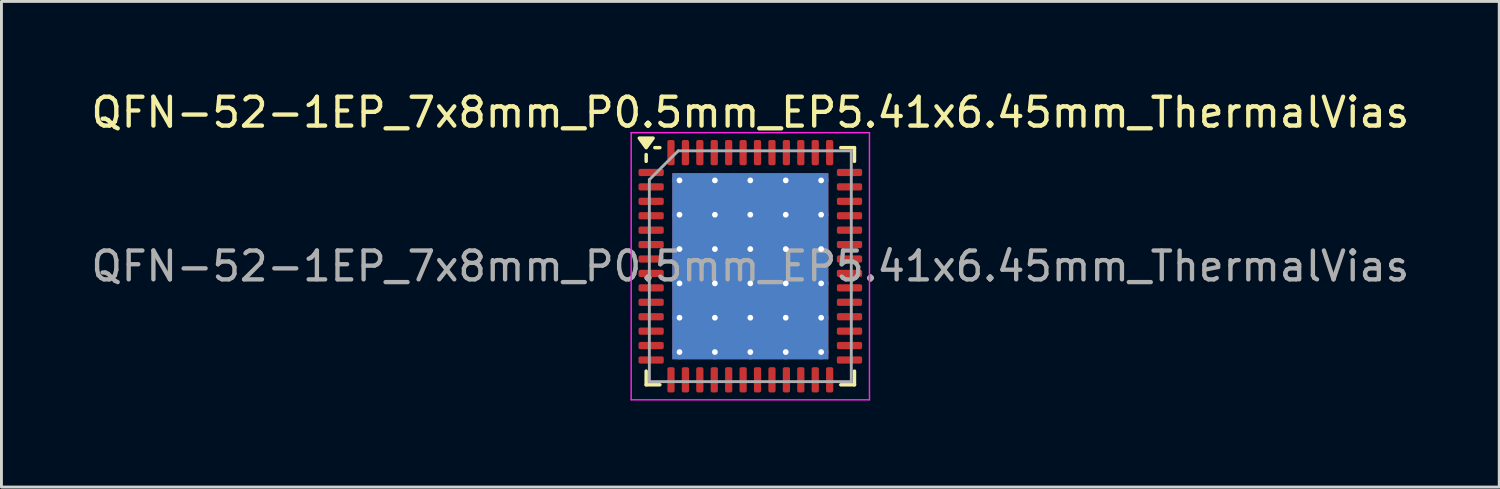
<source format=kicad_pcb>
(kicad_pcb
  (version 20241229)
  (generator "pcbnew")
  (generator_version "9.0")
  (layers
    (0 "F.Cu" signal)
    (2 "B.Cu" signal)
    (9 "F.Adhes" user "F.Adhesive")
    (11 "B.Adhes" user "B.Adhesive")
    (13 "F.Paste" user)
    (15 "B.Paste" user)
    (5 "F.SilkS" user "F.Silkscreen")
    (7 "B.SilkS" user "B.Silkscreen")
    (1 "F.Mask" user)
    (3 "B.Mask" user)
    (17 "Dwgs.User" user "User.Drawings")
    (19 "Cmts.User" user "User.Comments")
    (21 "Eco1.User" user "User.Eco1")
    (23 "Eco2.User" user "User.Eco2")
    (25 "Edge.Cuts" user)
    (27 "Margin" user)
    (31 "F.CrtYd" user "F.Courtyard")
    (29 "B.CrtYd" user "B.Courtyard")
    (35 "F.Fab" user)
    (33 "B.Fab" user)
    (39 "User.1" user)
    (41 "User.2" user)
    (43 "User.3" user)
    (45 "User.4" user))
  (footprint "QFN-52-1EP_7x8mm_P0.5mm_EP5.41x6.45mm_ThermalVias"
    (layer "F.Cu")
    (at 22.958 6.178)
    (property "Reference" "QFN-52-1EP_7x8mm_P0.5mm_EP5.41x6.45mm_ThermalVias" (at 0 -5.33 0) (layer "F.SilkS") (effects (font (size 1 1) (thickness 0.15))))
    (attr smd)
    (fp_line (start -3.61 -3.635) (end -3.61 -3.87) (stroke (width 0.12) (type solid)) (layer "F.SilkS"))
    (fp_line (start -3.61 4.11) (end -3.61 3.635) (stroke (width 0.12) (type solid)) (layer "F.SilkS"))
    (fp_line (start -3.135 -4.11) (end -3.31 -4.11) (stroke (width 0.12) (type solid)) (layer "F.SilkS"))
    (fp_line (start -3.135 4.11) (end -3.61 4.11) (stroke (width 0.12) (type solid)) (layer "F.SilkS"))
    (fp_line (start 3.135 -4.11) (end 3.61 -4.11) (stroke (width 0.12) (type solid)) (layer "F.SilkS"))
    (fp_line (start 3.135 4.11) (end 3.61 4.11) (stroke (width 0.12) (type solid)) (layer "F.SilkS"))
    (fp_line (start 3.61 -4.11) (end 3.61 -3.635) (stroke (width 0.12) (type solid)) (layer "F.SilkS"))
    (fp_line (start 3.61 4.11) (end 3.61 3.635) (stroke (width 0.12) (type solid)) (layer "F.SilkS"))
    (fp_poly (pts (xy -3.61 -4.11) (xy -3.85 -4.44) (xy -3.37 -4.44) (xy -3.61 -4.11)) (stroke (width 0.12) (type solid)) (fill yes) (layer "F.SilkS"))
    (fp_line (start -4.13 -4.63) (end -4.13 4.63) (stroke (width 0.05) (type solid)) (layer "F.CrtYd"))
    (fp_line (start -4.13 4.63) (end 4.13 4.63) (stroke (width 0.05) (type solid)) (layer "F.CrtYd"))
    (fp_line (start 4.13 -4.63) (end -4.13 -4.63) (stroke (width 0.05) (type solid)) (layer "F.CrtYd"))
    (fp_line (start 4.13 4.63) (end 4.13 -4.63) (stroke (width 0.05) (type solid)) (layer "F.CrtYd"))
    (fp_line (start -3.5 -3) (end -2.5 -4) (stroke (width 0.1) (type solid)) (layer "F.Fab"))
    (fp_line (start -3.5 4) (end -3.5 -3) (stroke (width 0.1) (type solid)) (layer "F.Fab"))
    (fp_line (start -2.5 -4) (end 3.5 -4) (stroke (width 0.1) (type solid)) (layer "F.Fab"))
    (fp_line (start 3.5 -4) (end 3.5 4) (stroke (width 0.1) (type solid)) (layer "F.Fab"))
    (fp_line (start 3.5 4) (end -3.5 4) (stroke (width 0.1) (type solid)) (layer "F.Fab"))
    (fp_text user "${REFERENCE}" (at 0 0 0) (layer "F.Fab") (effects (font (size 1 1) (thickness 0.15))))
    (pad "" smd roundrect (at -1.841 -2.38) (size 1.048 0.999) (layers "F.Paste") (roundrect_rratio 0.25))
    (pad "" smd roundrect (at -1.841 -1.19) (size 1.048 0.999) (layers "F.Paste") (roundrect_rratio 0.25))
    (pad "" smd roundrect (at -1.841 0) (size 1.048 0.999) (layers "F.Paste") (roundrect_rratio 0.25))
    (pad "" smd roundrect (at -1.841 1.19) (size 1.048 0.999) (layers "F.Paste") (roundrect_rratio 0.25))
    (pad "" smd roundrect (at -1.841 2.38) (size 1.048 0.999) (layers "F.Paste") (roundrect_rratio 0.25))
    (pad "" smd roundrect (at -0.614 -2.38) (size 1.048 0.999) (layers "F.Paste") (roundrect_rratio 0.25))
    (pad "" smd roundrect (at -0.614 -1.19) (size 1.048 0.999) (layers "F.Paste") (roundrect_rratio 0.25))
    (pad "" smd roundrect (at -0.614 0) (size 1.048 0.999) (layers "F.Paste") (roundrect_rratio 0.25))
    (pad "" smd roundrect (at -0.614 1.19) (size 1.048 0.999) (layers "F.Paste") (roundrect_rratio 0.25))
    (pad "" smd roundrect (at -0.614 2.38) (size 1.048 0.999) (layers "F.Paste") (roundrect_rratio 0.25))
    (pad "" smd roundrect (at 0.614 -2.38) (size 1.048 0.999) (layers "F.Paste") (roundrect_rratio 0.25))
    (pad "" smd roundrect (at 0.614 -1.19) (size 1.048 0.999) (layers "F.Paste") (roundrect_rratio 0.25))
    (pad "" smd roundrect (at 0.614 0) (size 1.048 0.999) (layers "F.Paste") (roundrect_rratio 0.25))
    (pad "" smd roundrect (at 0.614 1.19) (size 1.048 0.999) (layers "F.Paste") (roundrect_rratio 0.25))
    (pad "" smd roundrect (at 0.614 2.38) (size 1.048 0.999) (layers "F.Paste") (roundrect_rratio 0.25))
    (pad "" smd roundrect (at 1.841 -2.38) (size 1.048 0.999) (layers "F.Paste") (roundrect_rratio 0.25))
    (pad "" smd roundrect (at 1.841 -1.19) (size 1.048 0.999) (layers "F.Paste") (roundrect_rratio 0.25))
    (pad "" smd roundrect (at 1.841 0) (size 1.048 0.999) (layers "F.Paste") (roundrect_rratio 0.25))
    (pad "" smd roundrect (at 1.841 1.19) (size 1.048 0.999) (layers "F.Paste") (roundrect_rratio 0.25))
    (pad "" smd roundrect (at 1.841 2.38) (size 1.048 0.999) (layers "F.Paste") (roundrect_rratio 0.25))
    (pad "1" smd roundrect (at -3.438 -3.25) (size 0.875 0.25) (layers "F.Cu" "F.Mask" "F.Paste") (roundrect_rratio 0.25))
    (pad "2" smd roundrect (at -3.438 -2.75) (size 0.875 0.25) (layers "F.Cu" "F.Mask" "F.Paste") (roundrect_rratio 0.25))
    (pad "3" smd roundrect (at -3.438 -2.25) (size 0.875 0.25) (layers "F.Cu" "F.Mask" "F.Paste") (roundrect_rratio 0.25))
    (pad "4" smd roundrect (at -3.438 -1.75) (size 0.875 0.25) (layers "F.Cu" "F.Mask" "F.Paste") (roundrect_rratio 0.25))
    (pad "5" smd roundrect (at -3.438 -1.25) (size 0.875 0.25) (layers "F.Cu" "F.Mask" "F.Paste") (roundrect_rratio 0.25))
    (pad "6" smd roundrect (at -3.438 -0.75) (size 0.875 0.25) (layers "F.Cu" "F.Mask" "F.Paste") (roundrect_rratio 0.25))
    (pad "7" smd roundrect (at -3.438 -0.25) (size 0.875 0.25) (layers "F.Cu" "F.Mask" "F.Paste") (roundrect_rratio 0.25))
    (pad "8" smd roundrect (at -3.438 0.25) (size 0.875 0.25) (layers "F.Cu" "F.Mask" "F.Paste") (roundrect_rratio 0.25))
    (pad "9" smd roundrect (at -3.438 0.75) (size 0.875 0.25) (layers "F.Cu" "F.Mask" "F.Paste") (roundrect_rratio 0.25))
    (pad "10" smd roundrect (at -3.438 1.25) (size 0.875 0.25) (layers "F.Cu" "F.Mask" "F.Paste") (roundrect_rratio 0.25))
    (pad "11" smd roundrect (at -3.438 1.75) (size 0.875 0.25) (layers "F.Cu" "F.Mask" "F.Paste") (roundrect_rratio 0.25))
    (pad "12" smd roundrect (at -3.438 2.25) (size 0.875 0.25) (layers "F.Cu" "F.Mask" "F.Paste") (roundrect_rratio 0.25))
    (pad "13" smd roundrect (at -3.438 2.75) (size 0.875 0.25) (layers "F.Cu" "F.Mask" "F.Paste") (roundrect_rratio 0.25))
    (pad "14" smd roundrect (at -3.438 3.25) (size 0.875 0.25) (layers "F.Cu" "F.Mask" "F.Paste") (roundrect_rratio 0.25))
    (pad "15" smd roundrect (at -2.75 3.938) (size 0.25 0.875) (layers "F.Cu" "F.Mask" "F.Paste") (roundrect_rratio 0.25))
    (pad "16" smd roundrect (at -2.25 3.938) (size 0.25 0.875) (layers "F.Cu" "F.Mask" "F.Paste") (roundrect_rratio 0.25))
    (pad "17" smd roundrect (at -1.75 3.938) (size 0.25 0.875) (layers "F.Cu" "F.Mask" "F.Paste") (roundrect_rratio 0.25))
    (pad "18" smd roundrect (at -1.25 3.938) (size 0.25 0.875) (layers "F.Cu" "F.Mask" "F.Paste") (roundrect_rratio 0.25))
    (pad "19" smd roundrect (at -0.75 3.938) (size 0.25 0.875) (layers "F.Cu" "F.Mask" "F.Paste") (roundrect_rratio 0.25))
    (pad "20" smd roundrect (at -0.25 3.938) (size 0.25 0.875) (layers "F.Cu" "F.Mask" "F.Paste") (roundrect_rratio 0.25))
    (pad "21" smd roundrect (at 0.25 3.938) (size 0.25 0.875) (layers "F.Cu" "F.Mask" "F.Paste") (roundrect_rratio 0.25))
    (pad "22" smd roundrect (at 0.75 3.938) (size 0.25 0.875) (layers "F.Cu" "F.Mask" "F.Paste") (roundrect_rratio 0.25))
    (pad "23" smd roundrect (at 1.25 3.938) (size 0.25 0.875) (layers "F.Cu" "F.Mask" "F.Paste") (roundrect_rratio 0.25))
    (pad "24" smd roundrect (at 1.75 3.938) (size 0.25 0.875) (layers "F.Cu" "F.Mask" "F.Paste") (roundrect_rratio 0.25))
    (pad "25" smd roundrect (at 2.25 3.938) (size 0.25 0.875) (layers "F.Cu" "F.Mask" "F.Paste") (roundrect_rratio 0.25))
    (pad "26" smd roundrect (at 2.75 3.938) (size 0.25 0.875) (layers "F.Cu" "F.Mask" "F.Paste") (roundrect_rratio 0.25))
    (pad "27" smd roundrect (at 3.438 3.25) (size 0.875 0.25) (layers "F.Cu" "F.Mask" "F.Paste") (roundrect_rratio 0.25))
    (pad "28" smd roundrect (at 3.438 2.75) (size 0.875 0.25) (layers "F.Cu" "F.Mask" "F.Paste") (roundrect_rratio 0.25))
    (pad "29" smd roundrect (at 3.438 2.25) (size 0.875 0.25) (layers "F.Cu" "F.Mask" "F.Paste") (roundrect_rratio 0.25))
    (pad "30" smd roundrect (at 3.438 1.75) (size 0.875 0.25) (layers "F.Cu" "F.Mask" "F.Paste") (roundrect_rratio 0.25))
    (pad "31" smd roundrect (at 3.438 1.25) (size 0.875 0.25) (layers "F.Cu" "F.Mask" "F.Paste") (roundrect_rratio 0.25))
    (pad "32" smd roundrect (at 3.438 0.75) (size 0.875 0.25) (layers "F.Cu" "F.Mask" "F.Paste") (roundrect_rratio 0.25))
    (pad "33" smd roundrect (at 3.438 0.25) (size 0.875 0.25) (layers "F.Cu" "F.Mask" "F.Paste") (roundrect_rratio 0.25))
    (pad "34" smd roundrect (at 3.438 -0.25) (size 0.875 0.25) (layers "F.Cu" "F.Mask" "F.Paste") (roundrect_rratio 0.25))
    (pad "35" smd roundrect (at 3.438 -0.75) (size 0.875 0.25) (layers "F.Cu" "F.Mask" "F.Paste") (roundrect_rratio 0.25))
    (pad "36" smd roundrect (at 3.438 -1.25) (size 0.875 0.25) (layers "F.Cu" "F.Mask" "F.Paste") (roundrect_rratio 0.25))
    (pad "37" smd roundrect (at 3.438 -1.75) (size 0.875 0.25) (layers "F.Cu" "F.Mask" "F.Paste") (roundrect_rratio 0.25))
    (pad "38" smd roundrect (at 3.438 -2.25) (size 0.875 0.25) (layers "F.Cu" "F.Mask" "F.Paste") (roundrect_rratio 0.25))
    (pad "39" smd roundrect (at 3.438 -2.75) (size 0.875 0.25) (layers "F.Cu" "F.Mask" "F.Paste") (roundrect_rratio 0.25))
    (pad "40" smd roundrect (at 3.438 -3.25) (size 0.875 0.25) (layers "F.Cu" "F.Mask" "F.Paste") (roundrect_rratio 0.25))
    (pad "41" smd roundrect (at 2.75 -3.938) (size 0.25 0.875) (layers "F.Cu" "F.Mask" "F.Paste") (roundrect_rratio 0.25))
    (pad "42" smd roundrect (at 2.25 -3.938) (size 0.25 0.875) (layers "F.Cu" "F.Mask" "F.Paste") (roundrect_rratio 0.25))
    (pad "43" smd roundrect (at 1.75 -3.938) (size 0.25 0.875) (layers "F.Cu" "F.Mask" "F.Paste") (roundrect_rratio 0.25))
    (pad "44" smd roundrect (at 1.25 -3.938) (size 0.25 0.875) (layers "F.Cu" "F.Mask" "F.Paste") (roundrect_rratio 0.25))
    (pad "45" smd roundrect (at 0.75 -3.938) (size 0.25 0.875) (layers "F.Cu" "F.Mask" "F.Paste") (roundrect_rratio 0.25))
    (pad "46" smd roundrect (at 0.25 -3.938) (size 0.25 0.875) (layers "F.Cu" "F.Mask" "F.Paste") (roundrect_rratio 0.25))
    (pad "47" smd roundrect (at -0.25 -3.938) (size 0.25 0.875) (layers "F.Cu" "F.Mask" "F.Paste") (roundrect_rratio 0.25))
    (pad "48" smd roundrect (at -0.75 -3.938) (size 0.25 0.875) (layers "F.Cu" "F.Mask" "F.Paste") (roundrect_rratio 0.25))
    (pad "49" smd roundrect (at -1.25 -3.938) (size 0.25 0.875) (layers "F.Cu" "F.Mask" "F.Paste") (roundrect_rratio 0.25))
    (pad "50" smd roundrect (at -1.75 -3.938) (size 0.25 0.875) (layers "F.Cu" "F.Mask" "F.Paste") (roundrect_rratio 0.25))
    (pad "51" smd roundrect (at -2.25 -3.938) (size 0.25 0.875) (layers "F.Cu" "F.Mask" "F.Paste") (roundrect_rratio 0.25))
    (pad "52" smd roundrect (at -2.75 -3.938) (size 0.25 0.875) (layers "F.Cu" "F.Mask" "F.Paste") (roundrect_rratio 0.25))
    (pad "53" thru_hole circle (at -2.455 -2.975) (size 0.5 0.5) (drill 0.2) (property pad_prop_heatsink) (layers "*.Cu"))
    (pad "53" thru_hole circle (at -2.455 -1.785) (size 0.5 0.5) (drill 0.2) (property pad_prop_heatsink) (layers "*.Cu"))
    (pad "53" thru_hole circle (at -2.455 -0.595) (size 0.5 0.5) (drill 0.2) (property pad_prop_heatsink) (layers "*.Cu"))
    (pad "53" thru_hole circle (at -2.455 0.595) (size 0.5 0.5) (drill 0.2) (property pad_prop_heatsink) (layers "*.Cu"))
    (pad "53" thru_hole circle (at -2.455 1.785) (size 0.5 0.5) (drill 0.2) (property pad_prop_heatsink) (layers "*.Cu"))
    (pad "53" thru_hole circle (at -2.455 2.975) (size 0.5 0.5) (drill 0.2) (property pad_prop_heatsink) (layers "*.Cu"))
    (pad "53" thru_hole circle (at -1.228 -2.975) (size 0.5 0.5) (drill 0.2) (property pad_prop_heatsink) (layers "*.Cu"))
    (pad "53" thru_hole circle (at -1.228 -1.785) (size 0.5 0.5) (drill 0.2) (property pad_prop_heatsink) (layers "*.Cu"))
    (pad "53" thru_hole circle (at -1.228 -0.595) (size 0.5 0.5) (drill 0.2) (property pad_prop_heatsink) (layers "*.Cu"))
    (pad "53" thru_hole circle (at -1.228 0.595) (size 0.5 0.5) (drill 0.2) (property pad_prop_heatsink) (layers "*.Cu"))
    (pad "53" thru_hole circle (at -1.228 1.785) (size 0.5 0.5) (drill 0.2) (property pad_prop_heatsink) (layers "*.Cu"))
    (pad "53" thru_hole circle (at -1.228 2.975) (size 0.5 0.5) (drill 0.2) (property pad_prop_heatsink) (layers "*.Cu"))
    (pad "53" thru_hole circle (at 0 -2.975) (size 0.5 0.5) (drill 0.2) (property pad_prop_heatsink) (layers "*.Cu"))
    (pad "53" thru_hole circle (at 0 -1.785) (size 0.5 0.5) (drill 0.2) (property pad_prop_heatsink) (layers "*.Cu"))
    (pad "53" thru_hole circle (at 0 -0.595) (size 0.5 0.5) (drill 0.2) (property pad_prop_heatsink) (layers "*.Cu"))
    (pad "53" smd rect (at 0 0) (size 5.41 6.45) (property pad_prop_heatsink) (layers "F.Cu" "F.Mask"))
    (pad "53" smd rect (at 0 0) (size 5.41 6.45) (property pad_prop_heatsink) (layers "B.Cu"))
    (pad "53" thru_hole circle (at 0 0.595) (size 0.5 0.5) (drill 0.2) (property pad_prop_heatsink) (layers "*.Cu"))
    (pad "53" thru_hole circle (at 0 1.785) (size 0.5 0.5) (drill 0.2) (property pad_prop_heatsink) (layers "*.Cu"))
    (pad "53" thru_hole circle (at 0 2.975) (size 0.5 0.5) (drill 0.2) (property pad_prop_heatsink) (layers "*.Cu"))
    (pad "53" thru_hole circle (at 1.228 -2.975) (size 0.5 0.5) (drill 0.2) (property pad_prop_heatsink) (layers "*.Cu"))
    (pad "53" thru_hole circle (at 1.228 -1.785) (size 0.5 0.5) (drill 0.2) (property pad_prop_heatsink) (layers "*.Cu"))
    (pad "53" thru_hole circle (at 1.228 -0.595) (size 0.5 0.5) (drill 0.2) (property pad_prop_heatsink) (layers "*.Cu"))
    (pad "53" thru_hole circle (at 1.228 0.595) (size 0.5 0.5) (drill 0.2) (property pad_prop_heatsink) (layers "*.Cu"))
    (pad "53" thru_hole circle (at 1.228 1.785) (size 0.5 0.5) (drill 0.2) (property pad_prop_heatsink) (layers "*.Cu"))
    (pad "53" thru_hole circle (at 1.228 2.975) (size 0.5 0.5) (drill 0.2) (property pad_prop_heatsink) (layers "*.Cu"))
    (pad "53" thru_hole circle (at 2.455 -2.975) (size 0.5 0.5) (drill 0.2) (property pad_prop_heatsink) (layers "*.Cu"))
    (pad "53" thru_hole circle (at 2.455 -1.785) (size 0.5 0.5) (drill 0.2) (property pad_prop_heatsink) (layers "*.Cu"))
    (pad "53" thru_hole circle (at 2.455 -0.595) (size 0.5 0.5) (drill 0.2) (property pad_prop_heatsink) (layers "*.Cu"))
    (pad "53" thru_hole circle (at 2.455 0.595) (size 0.5 0.5) (drill 0.2) (property pad_prop_heatsink) (layers "*.Cu"))
    (pad "53" thru_hole circle (at 2.455 1.785) (size 0.5 0.5) (drill 0.2) (property pad_prop_heatsink) (layers "*.Cu"))
    (pad "53" thru_hole circle (at 2.455 2.975) (size 0.5 0.5) (drill 0.2) (property pad_prop_heatsink) (layers "*.Cu")))
  (gr_rect
    (start -3 -3)
    (end 48.917 13.833)
    (stroke (width 0.1) (type default))
    (fill no)
    (layer "Edge.Cuts")))
</source>
